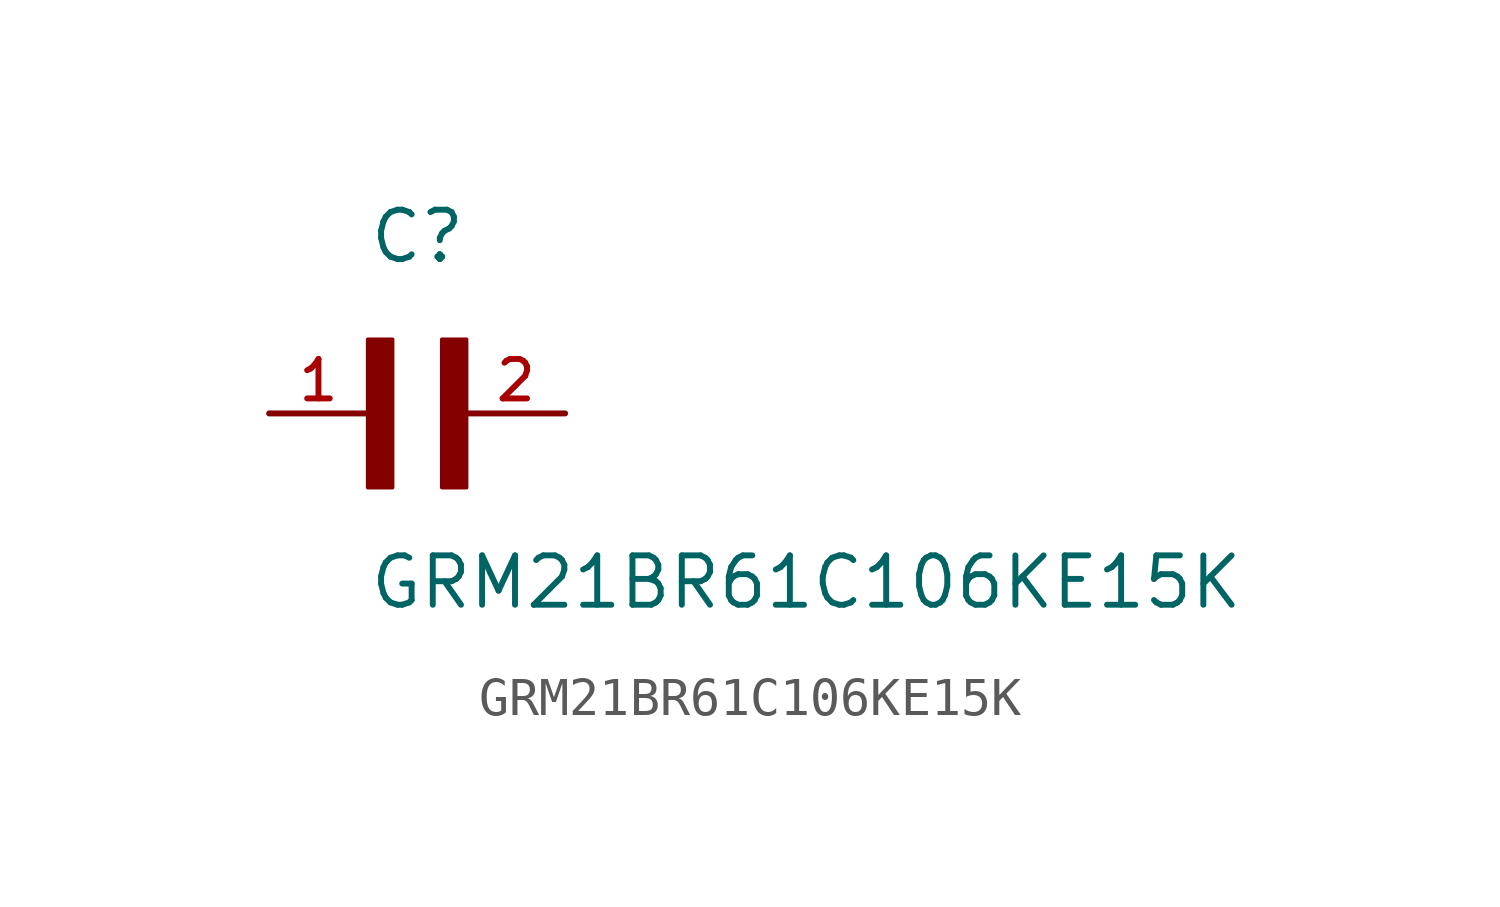
<source format=kicad_sym>
(kicad_symbol_lib
  (version 20211014)
  (generator kicad_symbol_editor)
  (symbol "GRM21BR61C106KE15K"
    (pin_names
      (offset 1.016))
    (property "Reference" "C"
      (at 0.0 3.811 0)
      (effects (font (size 1.27 1.27)) (justify bottom left)))
    (property "Value" "GRM21BR61C106KE15K"
      (at 0.0 -5.088 0)
      (effects (font (size 1.27 1.27)) (justify bottom left)))
    (symbol "GRM21BR61C106KE15K_0_0"
      (rectangle (start 0.0 -1.907) (end 0.635 1.905) (stroke (width 0.1)) (fill (type outline)))
      (rectangle (start 1.907 -1.907) (end 2.54 1.905) (stroke (width 0.1)) (fill (type outline)))
      (pin passive line (at 5.08 0.0 180.0) (length 2.54) (name "~" (effects (font (size 1.016 1.016)))) (number "2" (effects (font (size 1.016 1.016)))))
      (pin passive line (at -2.54 0.0 0) (length 2.54) (name "~" (effects (font (size 1.016 1.016)))) (number "1" (effects (font (size 1.016 1.016))))))))
</source>
